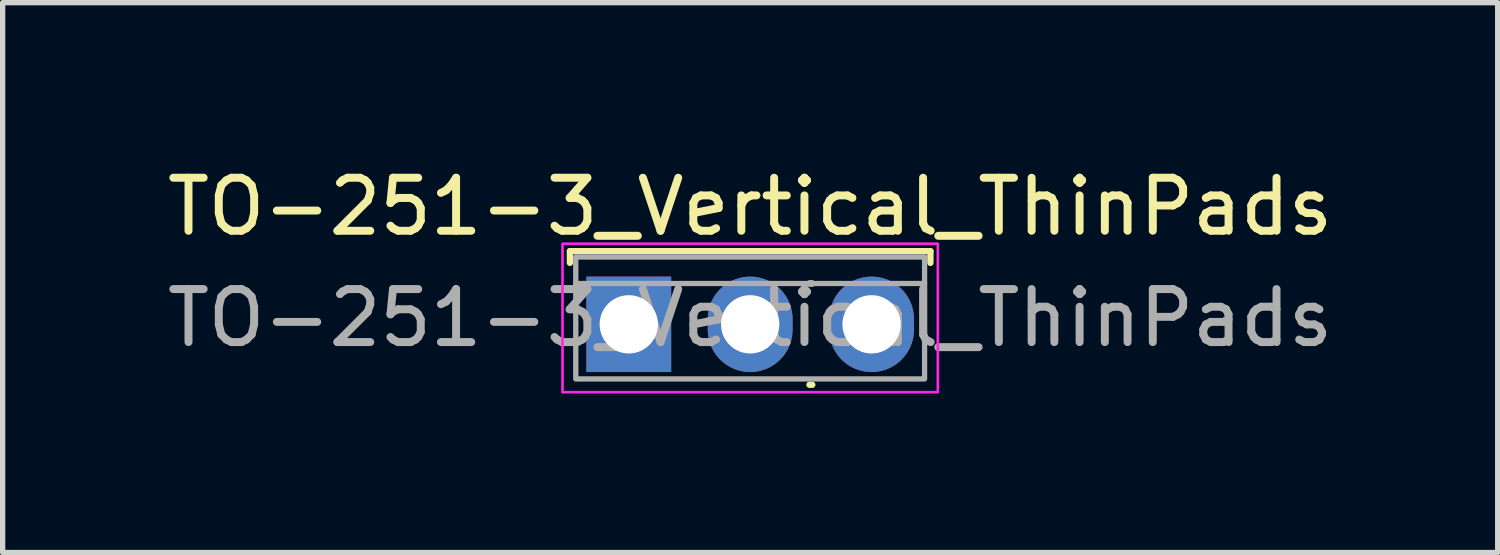
<source format=kicad_pcb>
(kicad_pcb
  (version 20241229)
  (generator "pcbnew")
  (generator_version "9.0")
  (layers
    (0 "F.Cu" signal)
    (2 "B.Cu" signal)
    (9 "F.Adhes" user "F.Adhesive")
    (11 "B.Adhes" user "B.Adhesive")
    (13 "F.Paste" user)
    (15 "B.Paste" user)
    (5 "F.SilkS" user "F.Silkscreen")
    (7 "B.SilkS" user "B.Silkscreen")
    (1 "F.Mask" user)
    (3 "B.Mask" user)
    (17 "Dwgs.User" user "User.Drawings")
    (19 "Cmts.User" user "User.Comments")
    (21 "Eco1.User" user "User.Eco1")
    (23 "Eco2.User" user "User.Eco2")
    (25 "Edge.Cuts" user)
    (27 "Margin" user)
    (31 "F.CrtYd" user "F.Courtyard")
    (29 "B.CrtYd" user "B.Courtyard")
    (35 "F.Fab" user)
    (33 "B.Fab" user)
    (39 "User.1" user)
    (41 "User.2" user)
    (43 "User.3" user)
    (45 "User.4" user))
  (footprint "TO-251-3_Vertical_ThinPads"
    (layer "F.Cu")
    (at 8.811 3.068)
    (property "Reference" "TO-251-3_Vertical_ThinPads" (at 2.29 -2.22 0) (layer "F.SilkS") (effects (font (size 1 1) (thickness 0.15))))
    (attr through_hole)
    (fp_line (start -1.11 -1.38) (end -1.11 -1.16) (stroke (width 0.12) (type solid)) (layer "F.SilkS"))
    (fp_line (start -1.11 -1.38) (end 5.69 -1.38) (stroke (width 0.12) (type solid)) (layer "F.SilkS"))
    (fp_line (start 3.409 -0.77) (end 3.461 -0.77) (stroke (width 0.12) (type solid)) (layer "F.SilkS"))
    (fp_line (start 3.409 1.14) (end 3.461 1.14) (stroke (width 0.12) (type solid)) (layer "F.SilkS"))
    (fp_line (start 5.69 -1.38) (end 5.69 -1.16) (stroke (width 0.12) (type solid)) (layer "F.SilkS"))
    (fp_rect (start 5.83 1.28) (end -1.25 -1.52) (stroke (width 0.05) (type solid)) (fill no) (layer "F.CrtYd"))
    (fp_line (start -1 -0.77) (end 5.58 -0.77) (stroke (width 0.1) (type solid)) (layer "F.Fab"))
    (fp_rect (start -1 -1.27) (end 5.58 1.03) (stroke (width 0.1) (type solid)) (fill no) (layer "F.Fab"))
    (fp_text user "${REFERENCE}" (at 2.29 -0.12 0) (layer "F.Fab") (effects (font (size 1 1) (thickness 0.15))))
    (pad "1" thru_hole rect (at 0 0) (size 1.6 1.8) (drill 1.1) (layers "*.Cu" "*.Mask"))
    (pad "2" thru_hole oval (at 2.29 0) (size 1.6 1.8) (drill 1.1) (layers "*.Cu" "*.Mask"))
    (pad "3" thru_hole oval (at 4.58 0) (size 1.6 1.8) (drill 1.1) (layers "*.Cu" "*.Mask")))
  (gr_rect
    (start -3 -3)
    (end 25.202 7.373)
    (stroke (width 0.1) (type default))
    (fill no)
    (layer "Edge.Cuts")))
</source>
